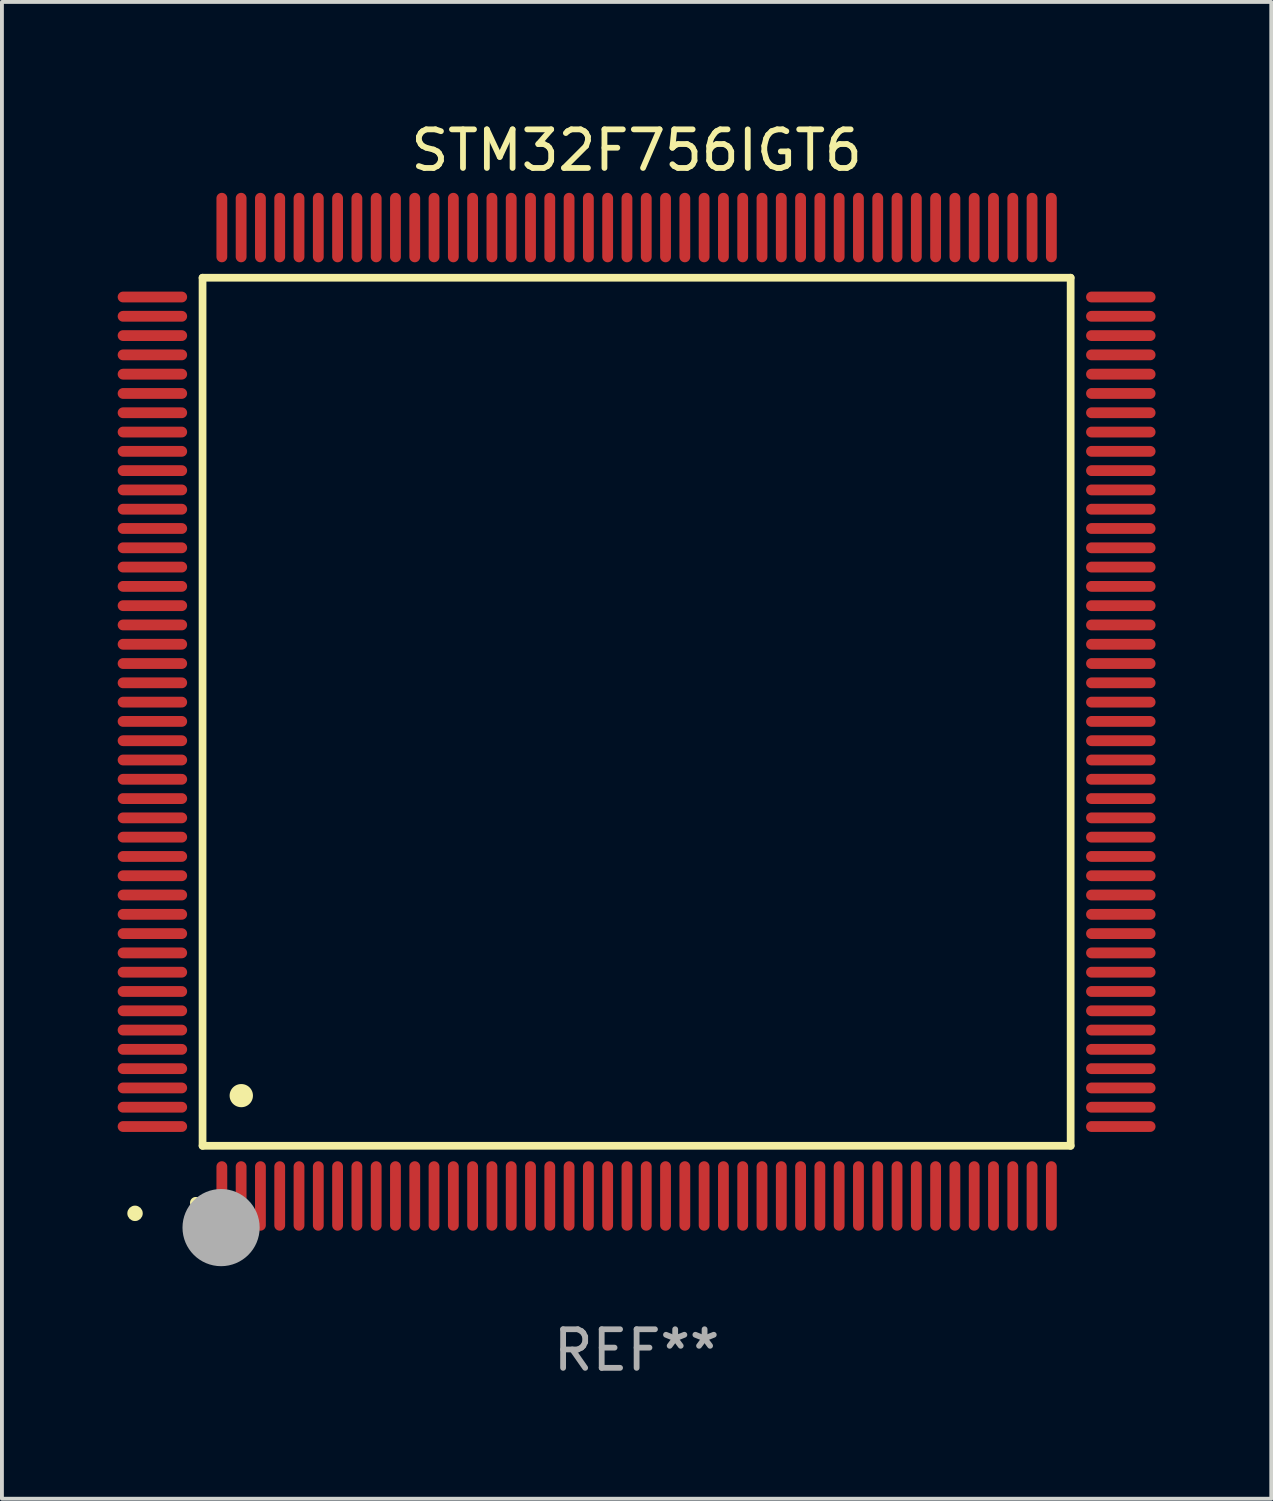
<source format=kicad_pcb>
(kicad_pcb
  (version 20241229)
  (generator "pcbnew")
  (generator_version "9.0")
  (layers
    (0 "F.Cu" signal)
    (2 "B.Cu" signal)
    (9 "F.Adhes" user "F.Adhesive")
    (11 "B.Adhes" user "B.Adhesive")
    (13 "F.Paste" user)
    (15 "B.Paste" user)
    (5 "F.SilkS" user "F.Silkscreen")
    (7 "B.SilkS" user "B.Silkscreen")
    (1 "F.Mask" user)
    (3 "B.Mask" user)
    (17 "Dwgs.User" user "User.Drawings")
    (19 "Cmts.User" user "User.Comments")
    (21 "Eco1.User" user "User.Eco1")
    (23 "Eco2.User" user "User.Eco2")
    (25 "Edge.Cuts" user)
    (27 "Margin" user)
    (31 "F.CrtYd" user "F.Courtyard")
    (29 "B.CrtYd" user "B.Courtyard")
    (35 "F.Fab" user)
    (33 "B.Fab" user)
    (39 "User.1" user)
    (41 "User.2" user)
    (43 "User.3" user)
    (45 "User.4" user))
  (footprint "STM32F756IGT6"
    (layer "F.Cu")
    (at 13.45 15.398)
    (property "Reference" "STM32F756IGT6" (at 0 -14.55 0) (layer "F.SilkS") (effects (font (size 1 1) (thickness 0.15))))
    (attr through_hole)
    (fp_line (start -11.25 -11.25) (end 11.25 -11.25) (stroke (width 0.2) (type solid)) (layer "F.SilkS"))
    (fp_line (start -11.25 11.25) (end -11.25 -11.25) (stroke (width 0.2) (type solid)) (layer "F.SilkS"))
    (fp_line (start 11.25 -11.25) (end 11.25 11.25) (stroke (width 0.2) (type solid)) (layer "F.SilkS"))
    (fp_line (start 11.25 11.25) (end -11.25 11.25) (stroke (width 0.2) (type solid)) (layer "F.SilkS"))
    (fp_arc (start -11.424943 12.725425) (mid -11.423673 12.72542) (end -11.422403 12.725425) (stroke (width 0.3) (type solid)) (layer "F.SilkS"))
    (fp_arc (start -10.24892 9.9492) (mid -10.24638 9.949189) (end -10.24384 9.9492) (stroke (width 0.6) (type solid)) (layer "F.SilkS"))
    (fp_circle (center -13 13) (end -12.9 13) (stroke (width 0.2) (type solid)) (fill no) (layer "F.SilkS"))
    (fp_circle (center -10.77 13.37) (end -10.27 13.37) (stroke (width 1) (type solid)) (fill no) (layer "F.Fab"))
    (fp_text user "REF**" (at 0 16.55 0) (layer "F.Fab") (effects (font (size 1 1) (thickness 0.15))))
    (pad "1" smd oval (at -10.75 12.55) (size 0.28 1.8) (layers "F.Cu" "F.Mask" "F.Paste"))
    (pad "2" smd oval (at -10.25 12.55) (size 0.28 1.8) (layers "F.Cu" "F.Mask" "F.Paste"))
    (pad "3" smd oval (at -9.75 12.55) (size 0.28 1.8) (layers "F.Cu" "F.Mask" "F.Paste"))
    (pad "4" smd oval (at -9.25 12.55) (size 0.28 1.8) (layers "F.Cu" "F.Mask" "F.Paste"))
    (pad "5" smd oval (at -8.75 12.55) (size 0.28 1.8) (layers "F.Cu" "F.Mask" "F.Paste"))
    (pad "6" smd oval (at -8.25 12.55) (size 0.28 1.8) (layers "F.Cu" "F.Mask" "F.Paste"))
    (pad "7" smd oval (at -7.75 12.55) (size 0.28 1.8) (layers "F.Cu" "F.Mask" "F.Paste"))
    (pad "8" smd oval (at -7.25 12.55) (size 0.28 1.8) (layers "F.Cu" "F.Mask" "F.Paste"))
    (pad "9" smd oval (at -6.75 12.55) (size 0.28 1.8) (layers "F.Cu" "F.Mask" "F.Paste"))
    (pad "10" smd oval (at -6.25 12.55) (size 0.28 1.8) (layers "F.Cu" "F.Mask" "F.Paste"))
    (pad "11" smd oval (at -5.75 12.55) (size 0.28 1.8) (layers "F.Cu" "F.Mask" "F.Paste"))
    (pad "12" smd oval (at -5.25 12.55) (size 0.28 1.8) (layers "F.Cu" "F.Mask" "F.Paste"))
    (pad "13" smd oval (at -4.75 12.55) (size 0.28 1.8) (layers "F.Cu" "F.Mask" "F.Paste"))
    (pad "14" smd oval (at -4.25 12.55) (size 0.28 1.8) (layers "F.Cu" "F.Mask" "F.Paste"))
    (pad "15" smd oval (at -3.75 12.55) (size 0.28 1.8) (layers "F.Cu" "F.Mask" "F.Paste"))
    (pad "16" smd oval (at -3.25 12.55) (size 0.28 1.8) (layers "F.Cu" "F.Mask" "F.Paste"))
    (pad "17" smd oval (at -2.75 12.55) (size 0.28 1.8) (layers "F.Cu" "F.Mask" "F.Paste"))
    (pad "18" smd oval (at -2.25 12.55) (size 0.28 1.8) (layers "F.Cu" "F.Mask" "F.Paste"))
    (pad "19" smd oval (at -1.75 12.55) (size 0.28 1.8) (layers "F.Cu" "F.Mask" "F.Paste"))
    (pad "20" smd oval (at -1.25 12.55) (size 0.28 1.8) (layers "F.Cu" "F.Mask" "F.Paste"))
    (pad "21" smd oval (at -0.75 12.55) (size 0.28 1.8) (layers "F.Cu" "F.Mask" "F.Paste"))
    (pad "22" smd oval (at -0.25 12.55) (size 0.28 1.8) (layers "F.Cu" "F.Mask" "F.Paste"))
    (pad "23" smd oval (at 0.25 12.55) (size 0.28 1.8) (layers "F.Cu" "F.Mask" "F.Paste"))
    (pad "24" smd oval (at 0.75 12.55) (size 0.28 1.8) (layers "F.Cu" "F.Mask" "F.Paste"))
    (pad "25" smd oval (at 1.25 12.55) (size 0.28 1.8) (layers "F.Cu" "F.Mask" "F.Paste"))
    (pad "26" smd oval (at 1.75 12.55) (size 0.28 1.8) (layers "F.Cu" "F.Mask" "F.Paste"))
    (pad "27" smd oval (at 2.25 12.55) (size 0.28 1.8) (layers "F.Cu" "F.Mask" "F.Paste"))
    (pad "28" smd oval (at 2.75 12.55) (size 0.28 1.8) (layers "F.Cu" "F.Mask" "F.Paste"))
    (pad "29" smd oval (at 3.25 12.55) (size 0.28 1.8) (layers "F.Cu" "F.Mask" "F.Paste"))
    (pad "30" smd oval (at 3.75 12.55) (size 0.28 1.8) (layers "F.Cu" "F.Mask" "F.Paste"))
    (pad "31" smd oval (at 4.25 12.55) (size 0.28 1.8) (layers "F.Cu" "F.Mask" "F.Paste"))
    (pad "32" smd oval (at 4.75 12.55) (size 0.28 1.8) (layers "F.Cu" "F.Mask" "F.Paste"))
    (pad "33" smd oval (at 5.25 12.55) (size 0.28 1.8) (layers "F.Cu" "F.Mask" "F.Paste"))
    (pad "34" smd oval (at 5.75 12.55) (size 0.28 1.8) (layers "F.Cu" "F.Mask" "F.Paste"))
    (pad "35" smd oval (at 6.25 12.55) (size 0.28 1.8) (layers "F.Cu" "F.Mask" "F.Paste"))
    (pad "36" smd oval (at 6.75 12.55) (size 0.28 1.8) (layers "F.Cu" "F.Mask" "F.Paste"))
    (pad "37" smd oval (at 7.25 12.55) (size 0.28 1.8) (layers "F.Cu" "F.Mask" "F.Paste"))
    (pad "38" smd oval (at 7.75 12.55) (size 0.28 1.8) (layers "F.Cu" "F.Mask" "F.Paste"))
    (pad "39" smd oval (at 8.25 12.55) (size 0.28 1.8) (layers "F.Cu" "F.Mask" "F.Paste"))
    (pad "40" smd oval (at 8.75 12.55) (size 0.28 1.8) (layers "F.Cu" "F.Mask" "F.Paste"))
    (pad "41" smd oval (at 9.25 12.55) (size 0.28 1.8) (layers "F.Cu" "F.Mask" "F.Paste"))
    (pad "42" smd oval (at 9.75 12.55) (size 0.28 1.8) (layers "F.Cu" "F.Mask" "F.Paste"))
    (pad "43" smd oval (at 10.25 12.55) (size 0.28 1.8) (layers "F.Cu" "F.Mask" "F.Paste"))
    (pad "44" smd oval (at 10.75 12.55) (size 0.28 1.8) (layers "F.Cu" "F.Mask" "F.Paste"))
    (pad "45" smd oval (at 12.55 10.75) (size 1.8 0.28) (layers "F.Cu" "F.Mask" "F.Paste"))
    (pad "46" smd oval (at 12.55 10.25) (size 1.8 0.28) (layers "F.Cu" "F.Mask" "F.Paste"))
    (pad "47" smd oval (at 12.55 9.75) (size 1.8 0.28) (layers "F.Cu" "F.Mask" "F.Paste"))
    (pad "48" smd oval (at 12.55 9.25) (size 1.8 0.28) (layers "F.Cu" "F.Mask" "F.Paste"))
    (pad "49" smd oval (at 12.55 8.75) (size 1.8 0.28) (layers "F.Cu" "F.Mask" "F.Paste"))
    (pad "50" smd oval (at 12.55 8.25) (size 1.8 0.28) (layers "F.Cu" "F.Mask" "F.Paste"))
    (pad "51" smd oval (at 12.55 7.75) (size 1.8 0.28) (layers "F.Cu" "F.Mask" "F.Paste"))
    (pad "52" smd oval (at 12.55 7.25) (size 1.8 0.28) (layers "F.Cu" "F.Mask" "F.Paste"))
    (pad "53" smd oval (at 12.55 6.75) (size 1.8 0.28) (layers "F.Cu" "F.Mask" "F.Paste"))
    (pad "54" smd oval (at 12.55 6.25) (size 1.8 0.28) (layers "F.Cu" "F.Mask" "F.Paste"))
    (pad "55" smd oval (at 12.55 5.75) (size 1.8 0.28) (layers "F.Cu" "F.Mask" "F.Paste"))
    (pad "56" smd oval (at 12.55 5.25) (size 1.8 0.28) (layers "F.Cu" "F.Mask" "F.Paste"))
    (pad "57" smd oval (at 12.55 4.75) (size 1.8 0.28) (layers "F.Cu" "F.Mask" "F.Paste"))
    (pad "58" smd oval (at 12.55 4.25) (size 1.8 0.28) (layers "F.Cu" "F.Mask" "F.Paste"))
    (pad "59" smd oval (at 12.55 3.75) (size 1.8 0.28) (layers "F.Cu" "F.Mask" "F.Paste"))
    (pad "60" smd oval (at 12.55 3.25) (size 1.8 0.28) (layers "F.Cu" "F.Mask" "F.Paste"))
    (pad "61" smd oval (at 12.55 2.75) (size 1.8 0.28) (layers "F.Cu" "F.Mask" "F.Paste"))
    (pad "62" smd oval (at 12.55 2.25) (size 1.8 0.28) (layers "F.Cu" "F.Mask" "F.Paste"))
    (pad "63" smd oval (at 12.55 1.75) (size 1.8 0.28) (layers "F.Cu" "F.Mask" "F.Paste"))
    (pad "64" smd oval (at 12.55 1.25) (size 1.8 0.28) (layers "F.Cu" "F.Mask" "F.Paste"))
    (pad "65" smd oval (at 12.55 0.75) (size 1.8 0.28) (layers "F.Cu" "F.Mask" "F.Paste"))
    (pad "66" smd oval (at 12.55 0.25) (size 1.8 0.28) (layers "F.Cu" "F.Mask" "F.Paste"))
    (pad "67" smd oval (at 12.55 -0.25) (size 1.8 0.28) (layers "F.Cu" "F.Mask" "F.Paste"))
    (pad "68" smd oval (at 12.55 -0.75) (size 1.8 0.28) (layers "F.Cu" "F.Mask" "F.Paste"))
    (pad "69" smd oval (at 12.55 -1.25) (size 1.8 0.28) (layers "F.Cu" "F.Mask" "F.Paste"))
    (pad "70" smd oval (at 12.55 -1.75) (size 1.8 0.28) (layers "F.Cu" "F.Mask" "F.Paste"))
    (pad "71" smd oval (at 12.55 -2.25) (size 1.8 0.28) (layers "F.Cu" "F.Mask" "F.Paste"))
    (pad "72" smd oval (at 12.55 -2.75) (size 1.8 0.28) (layers "F.Cu" "F.Mask" "F.Paste"))
    (pad "73" smd oval (at 12.55 -3.25) (size 1.8 0.28) (layers "F.Cu" "F.Mask" "F.Paste"))
    (pad "74" smd oval (at 12.55 -3.75) (size 1.8 0.28) (layers "F.Cu" "F.Mask" "F.Paste"))
    (pad "75" smd oval (at 12.55 -4.25) (size 1.8 0.28) (layers "F.Cu" "F.Mask" "F.Paste"))
    (pad "76" smd oval (at 12.55 -4.75) (size 1.8 0.28) (layers "F.Cu" "F.Mask" "F.Paste"))
    (pad "77" smd oval (at 12.55 -5.25) (size 1.8 0.28) (layers "F.Cu" "F.Mask" "F.Paste"))
    (pad "78" smd oval (at 12.55 -5.75) (size 1.8 0.28) (layers "F.Cu" "F.Mask" "F.Paste"))
    (pad "79" smd oval (at 12.55 -6.25) (size 1.8 0.28) (layers "F.Cu" "F.Mask" "F.Paste"))
    (pad "80" smd oval (at 12.55 -6.75) (size 1.8 0.28) (layers "F.Cu" "F.Mask" "F.Paste"))
    (pad "81" smd oval (at 12.55 -7.25) (size 1.8 0.28) (layers "F.Cu" "F.Mask" "F.Paste"))
    (pad "82" smd oval (at 12.55 -7.75) (size 1.8 0.28) (layers "F.Cu" "F.Mask" "F.Paste"))
    (pad "83" smd oval (at 12.55 -8.25) (size 1.8 0.28) (layers "F.Cu" "F.Mask" "F.Paste"))
    (pad "84" smd oval (at 12.55 -8.75) (size 1.8 0.28) (layers "F.Cu" "F.Mask" "F.Paste"))
    (pad "85" smd oval (at 12.55 -9.25) (size 1.8 0.28) (layers "F.Cu" "F.Mask" "F.Paste"))
    (pad "86" smd oval (at 12.55 -9.75) (size 1.8 0.28) (layers "F.Cu" "F.Mask" "F.Paste"))
    (pad "87" smd oval (at 12.55 -10.25) (size 1.8 0.28) (layers "F.Cu" "F.Mask" "F.Paste"))
    (pad "88" smd oval (at 12.55 -10.75) (size 1.8 0.28) (layers "F.Cu" "F.Mask" "F.Paste"))
    (pad "89" smd oval (at 10.75 -12.55) (size 0.28 1.8) (layers "F.Cu" "F.Mask" "F.Paste"))
    (pad "90" smd oval (at 10.25 -12.55) (size 0.28 1.8) (layers "F.Cu" "F.Mask" "F.Paste"))
    (pad "91" smd oval (at 9.75 -12.55) (size 0.28 1.8) (layers "F.Cu" "F.Mask" "F.Paste"))
    (pad "92" smd oval (at 9.25 -12.55) (size 0.28 1.8) (layers "F.Cu" "F.Mask" "F.Paste"))
    (pad "93" smd oval (at 8.75 -12.55) (size 0.28 1.8) (layers "F.Cu" "F.Mask" "F.Paste"))
    (pad "94" smd oval (at 8.25 -12.55) (size 0.28 1.8) (layers "F.Cu" "F.Mask" "F.Paste"))
    (pad "95" smd oval (at 7.75 -12.55) (size 0.28 1.8) (layers "F.Cu" "F.Mask" "F.Paste"))
    (pad "96" smd oval (at 7.25 -12.55) (size 0.28 1.8) (layers "F.Cu" "F.Mask" "F.Paste"))
    (pad "97" smd oval (at 6.75 -12.55) (size 0.28 1.8) (layers "F.Cu" "F.Mask" "F.Paste"))
    (pad "98" smd oval (at 6.25 -12.55) (size 0.28 1.8) (layers "F.Cu" "F.Mask" "F.Paste"))
    (pad "99" smd oval (at 5.75 -12.55) (size 0.28 1.8) (layers "F.Cu" "F.Mask" "F.Paste"))
    (pad "100" smd oval (at 5.25 -12.55) (size 0.28 1.8) (layers "F.Cu" "F.Mask" "F.Paste"))
    (pad "101" smd oval (at 4.75 -12.55) (size 0.28 1.8) (layers "F.Cu" "F.Mask" "F.Paste"))
    (pad "102" smd oval (at 4.25 -12.55) (size 0.28 1.8) (layers "F.Cu" "F.Mask" "F.Paste"))
    (pad "103" smd oval (at 3.75 -12.55) (size 0.28 1.8) (layers "F.Cu" "F.Mask" "F.Paste"))
    (pad "104" smd oval (at 3.25 -12.55) (size 0.28 1.8) (layers "F.Cu" "F.Mask" "F.Paste"))
    (pad "105" smd oval (at 2.75 -12.55) (size 0.28 1.8) (layers "F.Cu" "F.Mask" "F.Paste"))
    (pad "106" smd oval (at 2.25 -12.55) (size 0.28 1.8) (layers "F.Cu" "F.Mask" "F.Paste"))
    (pad "107" smd oval (at 1.75 -12.55) (size 0.28 1.8) (layers "F.Cu" "F.Mask" "F.Paste"))
    (pad "108" smd oval (at 1.25 -12.55) (size 0.28 1.8) (layers "F.Cu" "F.Mask" "F.Paste"))
    (pad "109" smd oval (at 0.75 -12.55) (size 0.28 1.8) (layers "F.Cu" "F.Mask" "F.Paste"))
    (pad "110" smd oval (at 0.25 -12.55) (size 0.28 1.8) (layers "F.Cu" "F.Mask" "F.Paste"))
    (pad "111" smd oval (at -0.25 -12.55) (size 0.28 1.8) (layers "F.Cu" "F.Mask" "F.Paste"))
    (pad "112" smd oval (at -0.75 -12.55) (size 0.28 1.8) (layers "F.Cu" "F.Mask" "F.Paste"))
    (pad "113" smd oval (at -1.25 -12.55) (size 0.28 1.8) (layers "F.Cu" "F.Mask" "F.Paste"))
    (pad "114" smd oval (at -1.75 -12.55) (size 0.28 1.8) (layers "F.Cu" "F.Mask" "F.Paste"))
    (pad "115" smd oval (at -2.25 -12.55) (size 0.28 1.8) (layers "F.Cu" "F.Mask" "F.Paste"))
    (pad "116" smd oval (at -2.75 -12.55) (size 0.28 1.8) (layers "F.Cu" "F.Mask" "F.Paste"))
    (pad "117" smd oval (at -3.25 -12.55) (size 0.28 1.8) (layers "F.Cu" "F.Mask" "F.Paste"))
    (pad "118" smd oval (at -3.75 -12.55) (size 0.28 1.8) (layers "F.Cu" "F.Mask" "F.Paste"))
    (pad "119" smd oval (at -4.25 -12.55) (size 0.28 1.8) (layers "F.Cu" "F.Mask" "F.Paste"))
    (pad "120" smd oval (at -4.75 -12.55) (size 0.28 1.8) (layers "F.Cu" "F.Mask" "F.Paste"))
    (pad "121" smd oval (at -5.25 -12.55) (size 0.28 1.8) (layers "F.Cu" "F.Mask" "F.Paste"))
    (pad "122" smd oval (at -5.75 -12.55) (size 0.28 1.8) (layers "F.Cu" "F.Mask" "F.Paste"))
    (pad "123" smd oval (at -6.25 -12.55) (size 0.28 1.8) (layers "F.Cu" "F.Mask" "F.Paste"))
    (pad "124" smd oval (at -6.75 -12.55) (size 0.28 1.8) (layers "F.Cu" "F.Mask" "F.Paste"))
    (pad "125" smd oval (at -7.25 -12.55) (size 0.28 1.8) (layers "F.Cu" "F.Mask" "F.Paste"))
    (pad "126" smd oval (at -7.75 -12.55) (size 0.28 1.8) (layers "F.Cu" "F.Mask" "F.Paste"))
    (pad "127" smd oval (at -8.25 -12.55) (size 0.28 1.8) (layers "F.Cu" "F.Mask" "F.Paste"))
    (pad "128" smd oval (at -8.75 -12.55) (size 0.28 1.8) (layers "F.Cu" "F.Mask" "F.Paste"))
    (pad "129" smd oval (at -9.25 -12.55) (size 0.28 1.8) (layers "F.Cu" "F.Mask" "F.Paste"))
    (pad "130" smd oval (at -9.75 -12.55) (size 0.28 1.8) (layers "F.Cu" "F.Mask" "F.Paste"))
    (pad "131" smd oval (at -10.25 -12.55) (size 0.28 1.8) (layers "F.Cu" "F.Mask" "F.Paste"))
    (pad "132" smd oval (at -10.75 -12.55) (size 0.28 1.8) (layers "F.Cu" "F.Mask" "F.Paste"))
    (pad "133" smd oval (at -12.55 -10.75) (size 1.8 0.28) (layers "F.Cu" "F.Mask" "F.Paste"))
    (pad "134" smd oval (at -12.55 -10.25) (size 1.8 0.28) (layers "F.Cu" "F.Mask" "F.Paste"))
    (pad "135" smd oval (at -12.55 -9.75) (size 1.8 0.28) (layers "F.Cu" "F.Mask" "F.Paste"))
    (pad "136" smd oval (at -12.55 -9.25) (size 1.8 0.28) (layers "F.Cu" "F.Mask" "F.Paste"))
    (pad "137" smd oval (at -12.55 -8.75) (size 1.8 0.28) (layers "F.Cu" "F.Mask" "F.Paste"))
    (pad "138" smd oval (at -12.55 -8.25) (size 1.8 0.28) (layers "F.Cu" "F.Mask" "F.Paste"))
    (pad "139" smd oval (at -12.55 -7.75) (size 1.8 0.28) (layers "F.Cu" "F.Mask" "F.Paste"))
    (pad "140" smd oval (at -12.55 -7.25) (size 1.8 0.28) (layers "F.Cu" "F.Mask" "F.Paste"))
    (pad "141" smd oval (at -12.55 -6.75) (size 1.8 0.28) (layers "F.Cu" "F.Mask" "F.Paste"))
    (pad "142" smd oval (at -12.55 -6.25) (size 1.8 0.28) (layers "F.Cu" "F.Mask" "F.Paste"))
    (pad "143" smd oval (at -12.55 -5.75) (size 1.8 0.28) (layers "F.Cu" "F.Mask" "F.Paste"))
    (pad "144" smd oval (at -12.55 -5.25) (size 1.8 0.28) (layers "F.Cu" "F.Mask" "F.Paste"))
    (pad "145" smd oval (at -12.55 -4.75) (size 1.8 0.28) (layers "F.Cu" "F.Mask" "F.Paste"))
    (pad "146" smd oval (at -12.55 -4.25) (size 1.8 0.28) (layers "F.Cu" "F.Mask" "F.Paste"))
    (pad "147" smd oval (at -12.55 -3.75) (size 1.8 0.28) (layers "F.Cu" "F.Mask" "F.Paste"))
    (pad "148" smd oval (at -12.55 -3.25) (size 1.8 0.28) (layers "F.Cu" "F.Mask" "F.Paste"))
    (pad "149" smd oval (at -12.55 -2.75) (size 1.8 0.28) (layers "F.Cu" "F.Mask" "F.Paste"))
    (pad "150" smd oval (at -12.55 -2.25) (size 1.8 0.28) (layers "F.Cu" "F.Mask" "F.Paste"))
    (pad "151" smd oval (at -12.55 -1.75) (size 1.8 0.28) (layers "F.Cu" "F.Mask" "F.Paste"))
    (pad "152" smd oval (at -12.55 -1.25) (size 1.8 0.28) (layers "F.Cu" "F.Mask" "F.Paste"))
    (pad "153" smd oval (at -12.55 -0.75) (size 1.8 0.28) (layers "F.Cu" "F.Mask" "F.Paste"))
    (pad "154" smd oval (at -12.55 -0.25) (size 1.8 0.28) (layers "F.Cu" "F.Mask" "F.Paste"))
    (pad "155" smd oval (at -12.55 0.25) (size 1.8 0.28) (layers "F.Cu" "F.Mask" "F.Paste"))
    (pad "156" smd oval (at -12.55 0.75) (size 1.8 0.28) (layers "F.Cu" "F.Mask" "F.Paste"))
    (pad "157" smd oval (at -12.55 1.25) (size 1.8 0.28) (layers "F.Cu" "F.Mask" "F.Paste"))
    (pad "158" smd oval (at -12.55 1.75) (size 1.8 0.28) (layers "F.Cu" "F.Mask" "F.Paste"))
    (pad "159" smd oval (at -12.55 2.25) (size 1.8 0.28) (layers "F.Cu" "F.Mask" "F.Paste"))
    (pad "160" smd oval (at -12.55 2.75) (size 1.8 0.28) (layers "F.Cu" "F.Mask" "F.Paste"))
    (pad "161" smd oval (at -12.55 3.25) (size 1.8 0.28) (layers "F.Cu" "F.Mask" "F.Paste"))
    (pad "162" smd oval (at -12.55 3.75) (size 1.8 0.28) (layers "F.Cu" "F.Mask" "F.Paste"))
    (pad "163" smd oval (at -12.55 4.25) (size 1.8 0.28) (layers "F.Cu" "F.Mask" "F.Paste"))
    (pad "164" smd oval (at -12.55 4.75) (size 1.8 0.28) (layers "F.Cu" "F.Mask" "F.Paste"))
    (pad "165" smd oval (at -12.55 5.25) (size 1.8 0.28) (layers "F.Cu" "F.Mask" "F.Paste"))
    (pad "166" smd oval (at -12.55 5.75) (size 1.8 0.28) (layers "F.Cu" "F.Mask" "F.Paste"))
    (pad "167" smd oval (at -12.55 6.25) (size 1.8 0.28) (layers "F.Cu" "F.Mask" "F.Paste"))
    (pad "168" smd oval (at -12.55 6.75) (size 1.8 0.28) (layers "F.Cu" "F.Mask" "F.Paste"))
    (pad "169" smd oval (at -12.55 7.25) (size 1.8 0.28) (layers "F.Cu" "F.Mask" "F.Paste"))
    (pad "170" smd oval (at -12.55 7.75) (size 1.8 0.28) (layers "F.Cu" "F.Mask" "F.Paste"))
    (pad "171" smd oval (at -12.55 8.25) (size 1.8 0.28) (layers "F.Cu" "F.Mask" "F.Paste"))
    (pad "172" smd oval (at -12.55 8.75) (size 1.8 0.28) (layers "F.Cu" "F.Mask" "F.Paste"))
    (pad "173" smd oval (at -12.55 9.25) (size 1.8 0.28) (layers "F.Cu" "F.Mask" "F.Paste"))
    (pad "174" smd oval (at -12.55 9.75) (size 1.8 0.28) (layers "F.Cu" "F.Mask" "F.Paste"))
    (pad "175" smd oval (at -12.55 10.25) (size 1.8 0.28) (layers "F.Cu" "F.Mask" "F.Paste"))
    (pad "176" smd oval (at -12.55 10.75) (size 1.8 0.28) (layers "F.Cu" "F.Mask" "F.Paste")))
  (gr_rect
    (start -3 -3)
    (end 29.9 35.796)
    (stroke (width 0.1) (type default))
    (fill no)
    (layer "Edge.Cuts")))
</source>
